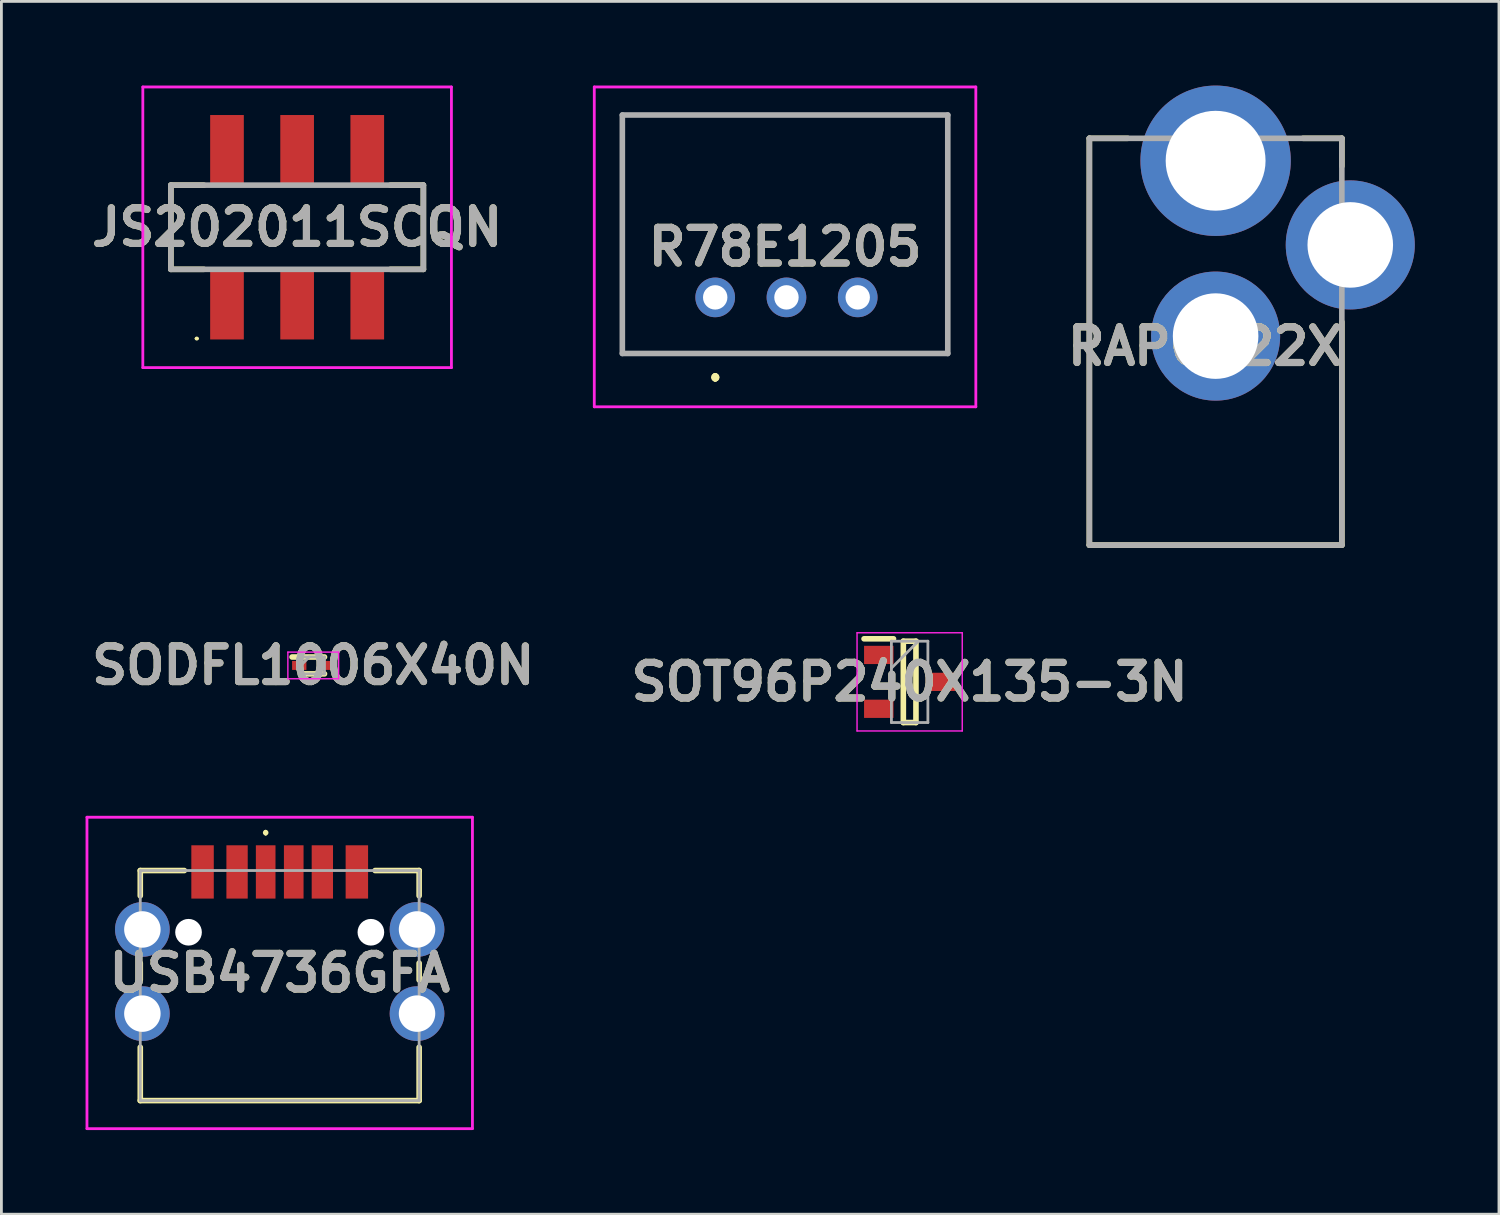
<source format=kicad_pcb>
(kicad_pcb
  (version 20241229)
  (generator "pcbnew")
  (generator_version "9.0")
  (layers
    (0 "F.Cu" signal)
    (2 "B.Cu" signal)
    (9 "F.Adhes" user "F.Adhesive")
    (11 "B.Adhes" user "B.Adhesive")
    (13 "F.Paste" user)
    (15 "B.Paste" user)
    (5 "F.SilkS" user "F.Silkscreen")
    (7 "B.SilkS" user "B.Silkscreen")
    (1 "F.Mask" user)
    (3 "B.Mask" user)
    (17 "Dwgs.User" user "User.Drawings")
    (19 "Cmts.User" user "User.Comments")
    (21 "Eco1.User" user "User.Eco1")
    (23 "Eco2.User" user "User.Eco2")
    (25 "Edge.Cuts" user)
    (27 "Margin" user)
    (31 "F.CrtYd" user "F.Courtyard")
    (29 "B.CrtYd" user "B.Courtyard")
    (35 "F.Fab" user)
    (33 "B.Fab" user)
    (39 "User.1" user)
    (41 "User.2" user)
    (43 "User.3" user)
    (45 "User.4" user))
  (footprint "SODFL1006X40N"
    (layer "F.Cu")
    (at 8.116 20.669)
    (property "Reference" "SODFL1006X40N" (at 0 0 0) (layer "F.SilkS") (effects (font (size 1.27 1.27) (thickness 0.254))))
    (attr smd)
    (fp_line (start -0.755 -0.3) (end 0.4 -0.3) (stroke (width 0.2) (type solid)) (layer "F.SilkS"))
    (fp_line (start -0.4 0.3) (end 0.4 0.3) (stroke (width 0.2) (type solid)) (layer "F.SilkS"))
    (fp_line (start -0.905 -0.475) (end 0.905 -0.475) (stroke (width 0.05) (type solid)) (layer "F.CrtYd"))
    (fp_line (start -0.905 0.475) (end -0.905 -0.475) (stroke (width 0.05) (type solid)) (layer "F.CrtYd"))
    (fp_line (start 0.905 -0.475) (end 0.905 0.475) (stroke (width 0.05) (type solid)) (layer "F.CrtYd"))
    (fp_line (start 0.905 0.475) (end -0.905 0.475) (stroke (width 0.05) (type solid)) (layer "F.CrtYd"))
    (fp_line (start -0.4 -0.3) (end 0.4 -0.3) (stroke (width 0.1) (type solid)) (layer "F.Fab"))
    (fp_line (start -0.4 -0.045) (end -0.145 -0.3) (stroke (width 0.1) (type solid)) (layer "F.Fab"))
    (fp_line (start -0.4 0.3) (end -0.4 -0.3) (stroke (width 0.1) (type solid)) (layer "F.Fab"))
    (fp_line (start 0.4 -0.3) (end 0.4 0.3) (stroke (width 0.1) (type solid)) (layer "F.Fab"))
    (fp_line (start 0.4 0.3) (end -0.4 0.3) (stroke (width 0.1) (type solid)) (layer "F.Fab"))
    (fp_text user "${REFERENCE}" (at 0 0 0) (layer "F.Fab") (effects (font (size 1.27 1.27) (thickness 0.254))))
    (pad "1" smd rect (at -0.5 0 90) (size 0.32 0.51) (layers "F.Cu" "F.Mask" "F.Paste"))
    (pad "2" smd rect (at 0.5 0 90) (size 0.32 0.51) (layers "F.Cu" "F.Mask" "F.Paste")))
  (footprint "RAPC722X"
    (layer "F.Cu")
    (at 40.28 8.93)
    (property "Reference" "RAPC722X" (at -0.375 0.366 0) (layer "F.SilkS") (effects (font (size 1.27 1.27) (thickness 0.254))))
    (attr through_hole)
    (fp_line (start -4.5 -7.05) (end -4.5 7.45) (stroke (width 0.2) (type solid)) (layer "F.SilkS"))
    (fp_line (start -4.5 -7.05) (end -3.132 -7.05) (stroke (width 0.2) (type solid)) (layer "F.SilkS"))
    (fp_line (start -4.5 7.45) (end 4.5 7.45) (stroke (width 0.2) (type solid)) (layer "F.SilkS"))
    (fp_line (start 4.5 -7.05) (end 3.115 -7.05) (stroke (width 0.2) (type solid)) (layer "F.SilkS"))
    (fp_line (start 4.5 -7.05) (end 4.5 -6.057) (stroke (width 0.2) (type solid)) (layer "F.SilkS"))
    (fp_line (start 4.5 7.45) (end 4.5 -0.507) (stroke (width 0.2) (type solid)) (layer "F.SilkS"))
    (fp_line (start -4.5 -7.05) (end 4.5 -7.05) (stroke (width 0.2) (type solid)) (layer "F.Fab"))
    (fp_line (start -4.5 7.45) (end -4.5 -7.05) (stroke (width 0.2) (type solid)) (layer "F.Fab"))
    (fp_line (start 4.5 -7.05) (end 4.5 7.45) (stroke (width 0.2) (type solid)) (layer "F.Fab"))
    (fp_line (start 4.5 7.45) (end -4.5 7.45) (stroke (width 0.2) (type solid)) (layer "F.Fab"))
    (fp_text user "${REFERENCE}" (at -0.375 0.366 0) (layer "F.Fab") (effects (font (size 1.27 1.27) (thickness 0.254))))
    (pad "1" thru_hole circle (at 4.8 -3.25) (size 4.6 4.6) (drill 3.05) (layers "*.Cu" "*.Mask"))
    (pad "2" thru_hole circle (at 0 0) (size 4.6 4.6) (drill 3.05) (layers "*.Cu" "*.Mask"))
    (pad "3" thru_hole circle (at 0 -6.25) (size 5.36 5.36) (drill 3.56) (layers "*.Cu" "*.Mask")))
  (footprint "USB4736GFA"
    (layer "F.Cu")
    (at 6.92 32.08)
    (property "Reference" "USB4736GFA" (at 0 -0.45 0) (layer "F.SilkS") (effects (font (size 1.27 1.27) (thickness 0.254))))
    (attr through_hole)
    (fp_line (start -4.97 -4.1) (end -3.4 -4.1) (stroke (width 0.2) (type solid)) (layer "F.SilkS"))
    (fp_line (start -4.97 -3.2) (end -4.97 -4.1) (stroke (width 0.2) (type solid)) (layer "F.SilkS"))
    (fp_line (start -4.97 -0.2) (end -4.97 -0.8) (stroke (width 0.2) (type solid)) (layer "F.SilkS"))
    (fp_line (start -4.97 4.1) (end -4.97 2.2) (stroke (width 0.2) (type solid)) (layer "F.SilkS"))
    (fp_line (start -0.5 -5.5) (end -0.5 -5.5) (stroke (width 0.1) (type solid)) (layer "F.SilkS"))
    (fp_line (start -0.5 -5.4) (end -0.5 -5.4) (stroke (width 0.1) (type solid)) (layer "F.SilkS"))
    (fp_line (start 3.4 -4.1) (end 4.97 -4.1) (stroke (width 0.2) (type solid)) (layer "F.SilkS"))
    (fp_line (start 4.97 -4.1) (end 4.97 -3.2) (stroke (width 0.2) (type solid)) (layer "F.SilkS"))
    (fp_line (start 4.97 -0.8) (end 4.97 -0.2) (stroke (width 0.2) (type solid)) (layer "F.SilkS"))
    (fp_line (start 4.97 2.2) (end 4.97 4.1) (stroke (width 0.2) (type solid)) (layer "F.SilkS"))
    (fp_line (start 4.97 4.1) (end -4.97 4.1) (stroke (width 0.2) (type solid)) (layer "F.SilkS"))
    (fp_arc (start -0.5 -5.5) (mid -0.45 -5.45) (end -0.5 -5.4) (stroke (width 0.1) (type solid)) (layer "F.SilkS"))
    (fp_arc (start -0.5 -5.4) (mid -0.55 -5.45) (end -0.5 -5.5) (stroke (width 0.1) (type solid)) (layer "F.SilkS"))
    (fp_line (start -6.87 -6) (end 6.87 -6) (stroke (width 0.1) (type solid)) (layer "F.CrtYd"))
    (fp_line (start -6.87 5.1) (end -6.87 -6) (stroke (width 0.1) (type solid)) (layer "F.CrtYd"))
    (fp_line (start 6.87 -6) (end 6.87 5.1) (stroke (width 0.1) (type solid)) (layer "F.CrtYd"))
    (fp_line (start 6.87 5.1) (end -6.87 5.1) (stroke (width 0.1) (type solid)) (layer "F.CrtYd"))
    (fp_line (start -4.97 -4.1) (end 4.97 -4.1) (stroke (width 0.1) (type solid)) (layer "F.Fab"))
    (fp_line (start -4.97 4.1) (end -4.97 -4.1) (stroke (width 0.1) (type solid)) (layer "F.Fab"))
    (fp_line (start 4.97 -4.1) (end 4.97 4.1) (stroke (width 0.1) (type solid)) (layer "F.Fab"))
    (fp_line (start 4.97 4.1) (end -4.97 4.1) (stroke (width 0.1) (type solid)) (layer "F.Fab"))
    (fp_text user "${REFERENCE}" (at 0 -0.45 0) (layer "F.Fab") (effects (font (size 1.27 1.27) (thickness 0.254))))
    (pad "" np_thru_hole circle (at -3.25 -1.9) (size 0.95 0.95) (drill 0.95) (layers "*.Cu" "*.Mask"))
    (pad "" np_thru_hole circle (at 3.25 -1.9) (size 0.95 0.95) (drill 0.95) (layers "*.Cu" "*.Mask"))
    (pad "A5" smd rect (at -0.5 -4.05) (size 0.7 1.9) (layers "F.Cu" "F.Mask" "F.Paste"))
    (pad "A9" smd rect (at 1.52 -4.05) (size 0.76 1.9) (layers "F.Cu" "F.Mask" "F.Paste"))
    (pad "A12" smd rect (at 2.75 -4.05) (size 0.8 1.9) (layers "F.Cu" "F.Mask" "F.Paste"))
    (pad "B5" smd rect (at 0.5 -4.05) (size 0.7 1.9) (layers "F.Cu" "F.Mask" "F.Paste"))
    (pad "B9" smd rect (at -1.52 -4.05) (size 0.76 1.9) (layers "F.Cu" "F.Mask" "F.Paste"))
    (pad "B12" smd rect (at -2.75 -4.05) (size 0.8 1.9) (layers "F.Cu" "F.Mask" "F.Paste"))
    (pad "S1" thru_hole circle (at -4.895 -2) (size 1.95 1.95) (drill 1.3) (layers "*.Cu" "*.Mask"))
    (pad "S2" thru_hole circle (at -4.895 1) (size 1.95 1.95) (drill 1.3) (layers "*.Cu" "*.Mask"))
    (pad "S3" thru_hole circle (at 4.895 -2) (size 1.95 1.95) (drill 1.3) (layers "*.Cu" "*.Mask"))
    (pad "S4" thru_hole circle (at 4.895 1) (size 1.95 1.95) (drill 1.3) (layers "*.Cu" "*.Mask")))
  (footprint "R78E1205"
    (layer "F.Cu")
    (at 22.443 7.55)
    (property "Reference" "R78E1205" (at 2.49 -1.8 0) (layer "F.SilkS") (effects (font (size 1.27 1.27) (thickness 0.254))))
    (attr through_hole)
    (fp_line (start -3.31 -6.5) (end 8.29 -6.5) (stroke (width 0.1) (type solid)) (layer "F.SilkS"))
    (fp_line (start -3.31 2) (end -3.31 -6.5) (stroke (width 0.1) (type solid)) (layer "F.SilkS"))
    (fp_line (start 0 2.8) (end 0 2.8) (stroke (width 0.2) (type solid)) (layer "F.SilkS"))
    (fp_line (start 0 2.9) (end 0 2.9) (stroke (width 0.2) (type solid)) (layer "F.SilkS"))
    (fp_line (start 0 2.9) (end 0 2.9) (stroke (width 0.2) (type solid)) (layer "F.SilkS"))
    (fp_line (start 8.29 -6.5) (end 8.29 2) (stroke (width 0.1) (type solid)) (layer "F.SilkS"))
    (fp_line (start 8.29 2) (end -3.31 2) (stroke (width 0.1) (type solid)) (layer "F.SilkS"))
    (fp_arc (start 0 2.8) (mid 0.05 2.85) (end 0 2.9) (stroke (width 0.2) (type solid)) (layer "F.SilkS"))
    (fp_arc (start 0 2.8) (mid 0.05 2.85) (end 0 2.9) (stroke (width 0.2) (type solid)) (layer "F.SilkS"))
    (fp_arc (start 0 2.9) (mid -0.05 2.85) (end 0 2.8) (stroke (width 0.2) (type solid)) (layer "F.SilkS"))
    (fp_line (start -4.31 -7.5) (end 9.29 -7.5) (stroke (width 0.1) (type solid)) (layer "F.CrtYd"))
    (fp_line (start -4.31 3.9) (end -4.31 -7.5) (stroke (width 0.1) (type solid)) (layer "F.CrtYd"))
    (fp_line (start 9.29 -7.5) (end 9.29 3.9) (stroke (width 0.1) (type solid)) (layer "F.CrtYd"))
    (fp_line (start 9.29 3.9) (end -4.31 3.9) (stroke (width 0.1) (type solid)) (layer "F.CrtYd"))
    (fp_line (start -3.31 -6.5) (end -3.31 2) (stroke (width 0.2) (type solid)) (layer "F.Fab"))
    (fp_line (start -3.31 2) (end 8.29 2) (stroke (width 0.2) (type solid)) (layer "F.Fab"))
    (fp_line (start 8.29 -6.5) (end -3.31 -6.5) (stroke (width 0.2) (type solid)) (layer "F.Fab"))
    (fp_line (start 8.29 2) (end 8.29 -6.5) (stroke (width 0.2) (type solid)) (layer "F.Fab"))
    (fp_text user "${REFERENCE}" (at 2.49 -1.8 0) (layer "F.Fab") (effects (font (size 1.27 1.27) (thickness 0.254))))
    (pad "1" thru_hole circle (at 0 0) (size 1.414 1.414) (drill 0.87) (layers "*.Cu" "*.Mask"))
    (pad "2" thru_hole circle (at 2.54 0) (size 1.414 1.414) (drill 0.87) (layers "*.Cu" "*.Mask"))
    (pad "3" thru_hole circle (at 5.08 0) (size 1.414 1.414) (drill 0.87) (layers "*.Cu" "*.Mask")))
  (footprint "SOT96P240X135-3N"
    (layer "F.Cu")
    (at 29.374 21.255)
    (property "Reference" "SOT96P240X135-3N" (at 0 0 0) (layer "F.SilkS") (effects (font (size 1.27 1.27) (thickness 0.254))))
    (attr smd)
    (fp_line (start -1.625 -1.535) (end -0.575 -1.535) (stroke (width 0.2) (type solid)) (layer "F.SilkS"))
    (fp_line (start -0.225 -1.45) (end 0.225 -1.45) (stroke (width 0.2) (type solid)) (layer "F.SilkS"))
    (fp_line (start -0.225 1.45) (end -0.225 -1.45) (stroke (width 0.2) (type solid)) (layer "F.SilkS"))
    (fp_line (start 0.225 -1.45) (end 0.225 1.45) (stroke (width 0.2) (type solid)) (layer "F.SilkS"))
    (fp_line (start 0.225 1.45) (end -0.225 1.45) (stroke (width 0.2) (type solid)) (layer "F.SilkS"))
    (fp_line (start -1.875 -1.75) (end 1.875 -1.75) (stroke (width 0.05) (type solid)) (layer "F.CrtYd"))
    (fp_line (start -1.875 1.75) (end -1.875 -1.75) (stroke (width 0.05) (type solid)) (layer "F.CrtYd"))
    (fp_line (start 1.875 -1.75) (end 1.875 1.75) (stroke (width 0.05) (type solid)) (layer "F.CrtYd"))
    (fp_line (start 1.875 1.75) (end -1.875 1.75) (stroke (width 0.05) (type solid)) (layer "F.CrtYd"))
    (fp_line (start -0.65 -1.45) (end 0.65 -1.45) (stroke (width 0.1) (type solid)) (layer "F.Fab"))
    (fp_line (start -0.65 -0.49) (end 0.31 -1.45) (stroke (width 0.1) (type solid)) (layer "F.Fab"))
    (fp_line (start -0.65 1.45) (end -0.65 -1.45) (stroke (width 0.1) (type solid)) (layer "F.Fab"))
    (fp_line (start 0.65 -1.45) (end 0.65 1.45) (stroke (width 0.1) (type solid)) (layer "F.Fab"))
    (fp_line (start 0.65 1.45) (end -0.65 1.45) (stroke (width 0.1) (type solid)) (layer "F.Fab"))
    (fp_text user "${REFERENCE}" (at 0 0 0) (layer "F.Fab") (effects (font (size 1.27 1.27) (thickness 0.254))))
    (pad "1" smd rect (at -1.1 -0.96 90) (size 0.65 1.05) (layers "F.Cu" "F.Mask" "F.Paste"))
    (pad "2" smd rect (at -1.1 0.96 90) (size 0.65 1.05) (layers "F.Cu" "F.Mask" "F.Paste"))
    (pad "3" smd rect (at 1.1 0 90) (size 0.65 1.05) (layers "F.Cu" "F.Mask" "F.Paste")))
  (footprint "JS202011SCQN"
    (layer "F.Cu")
    (at 7.541 5.05)
    (property "Reference" "JS202011SCQN" (at 0 0.002 0) (layer "F.SilkS") (effects (font (size 1.27 1.27) (thickness 0.254))))
    (attr smd)
    (fp_line (start -4.5 -1.5) (end -4.5 1.5) (stroke (width 0.2) (type solid)) (layer "F.SilkS"))
    (fp_line (start -4.5 -1.5) (end -3.323 -1.5) (stroke (width 0.2) (type solid)) (layer "F.SilkS"))
    (fp_line (start -4.5 1.5) (end -3.323 1.5) (stroke (width 0.2) (type solid)) (layer "F.SilkS"))
    (fp_line (start -3.614 3.968) (end -3.614 3.968) (stroke (width 0.072) (type solid)) (layer "F.SilkS"))
    (fp_line (start -3.542 3.968) (end -3.542 3.968) (stroke (width 0.072) (type solid)) (layer "F.SilkS"))
    (fp_line (start 4.5 -1.5) (end 3.323 -1.5) (stroke (width 0.2) (type solid)) (layer "F.SilkS"))
    (fp_line (start 4.5 1.5) (end 3.323 1.5) (stroke (width 0.2) (type solid)) (layer "F.SilkS"))
    (fp_line (start 4.5 1.5) (end 4.5 -1.5) (stroke (width 0.2) (type solid)) (layer "F.SilkS"))
    (fp_arc (start -3.614 3.968) (mid -3.578 3.932) (end -3.542 3.968) (stroke (width 0.07159) (type solid)) (layer "F.SilkS"))
    (fp_arc (start -3.542 3.968) (mid -3.578 4.004) (end -3.614 3.968) (stroke (width 0.07159) (type solid)) (layer "F.SilkS"))
    (fp_line (start -5.5 -5) (end 5.5 -5) (stroke (width 0.1) (type solid)) (layer "F.CrtYd"))
    (fp_line (start -5.5 5.004) (end -5.5 -5) (stroke (width 0.1) (type solid)) (layer "F.CrtYd"))
    (fp_line (start 5.5 -5) (end 5.5 5.004) (stroke (width 0.1) (type solid)) (layer "F.CrtYd"))
    (fp_line (start 5.5 5.004) (end -5.5 5.004) (stroke (width 0.1) (type solid)) (layer "F.CrtYd"))
    (fp_line (start -4.5 -1.5) (end 4.5 -1.5) (stroke (width 0.2) (type solid)) (layer "F.Fab"))
    (fp_line (start -4.5 1.5) (end -4.5 -1.5) (stroke (width 0.2) (type solid)) (layer "F.Fab"))
    (fp_line (start 4.5 -1.5) (end 4.5 1.5) (stroke (width 0.2) (type solid)) (layer "F.Fab"))
    (fp_line (start 4.5 1.5) (end -4.5 1.5) (stroke (width 0.2) (type solid)) (layer "F.Fab"))
    (fp_text user "${REFERENCE}" (at 0 0.002 0) (layer "F.Fab") (effects (font (size 1.27 1.27) (thickness 0.254))))
    (pad "1" smd rect (at -2.5 2.75) (size 1.2 2.5) (layers "F.Cu" "F.Mask" "F.Paste"))
    (pad "2" smd rect (at 0 2.75) (size 1.2 2.5) (layers "F.Cu" "F.Mask" "F.Paste"))
    (pad "3" smd rect (at 2.5 2.75) (size 1.2 2.5) (layers "F.Cu" "F.Mask" "F.Paste"))
    (pad "4" smd rect (at -2.5 -2.75) (size 1.2 2.5) (layers "F.Cu" "F.Mask" "F.Paste"))
    (pad "5" smd rect (at 0 -2.75) (size 1.2 2.5) (layers "F.Cu" "F.Mask" "F.Paste"))
    (pad "6" smd rect (at 2.5 -2.75) (size 1.2 2.5) (layers "F.Cu" "F.Mask" "F.Paste")))
  (gr_rect
    (start -3 -3)
    (end 50.38 40.23)
    (stroke (width 0.1) (type default))
    (fill no)
    (layer "Edge.Cuts")))
</source>
